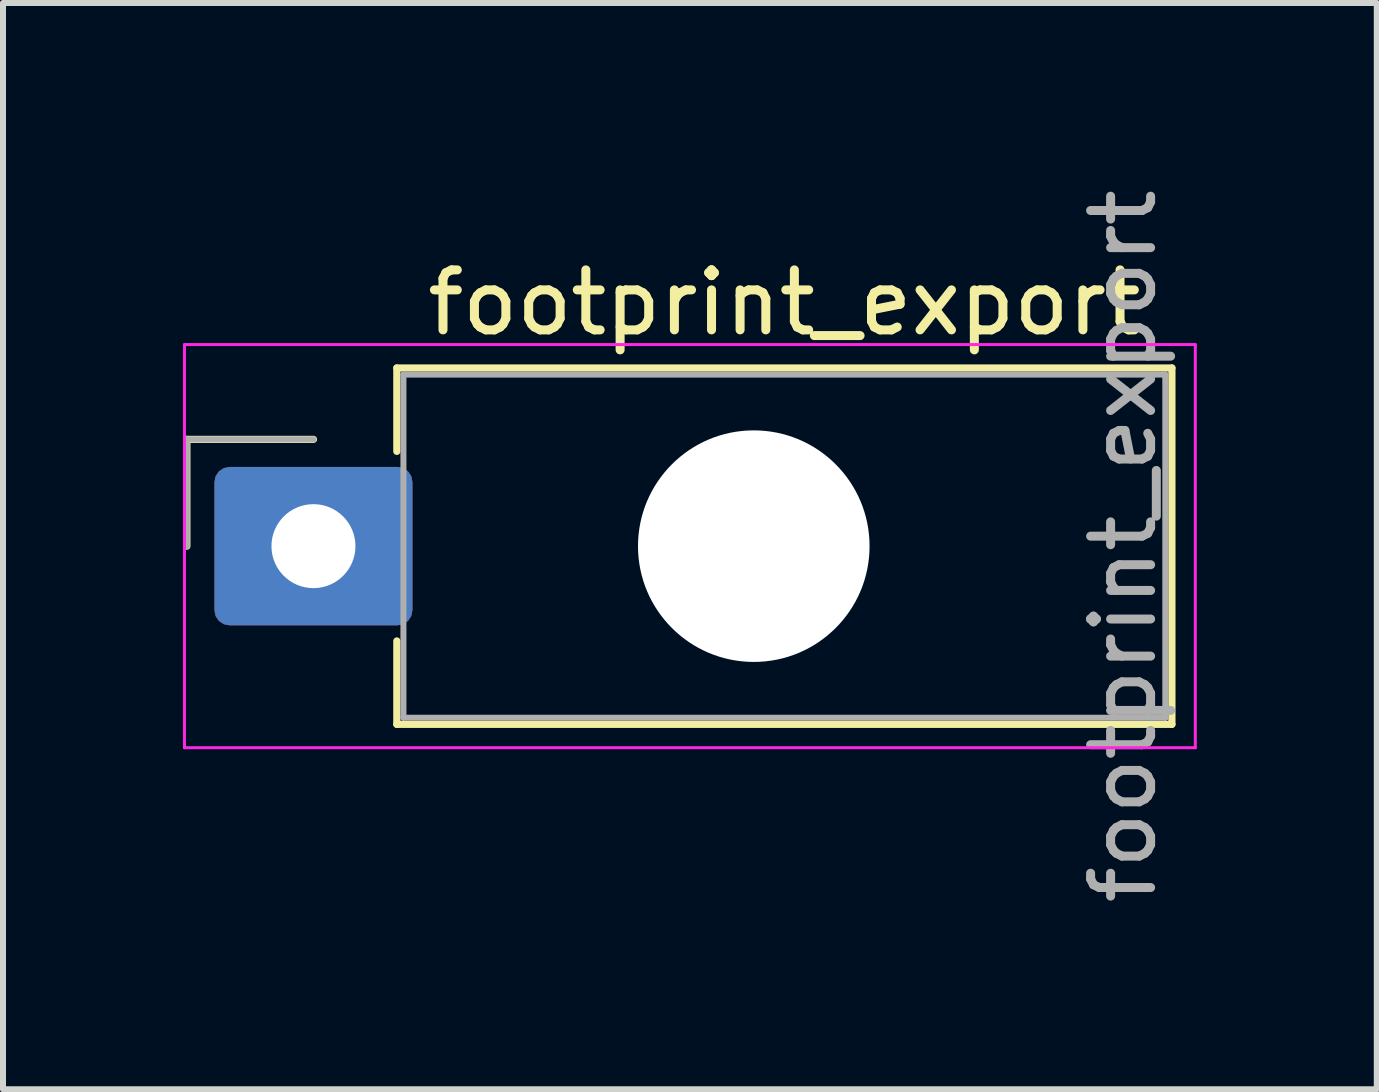
<source format=kicad_pcb>
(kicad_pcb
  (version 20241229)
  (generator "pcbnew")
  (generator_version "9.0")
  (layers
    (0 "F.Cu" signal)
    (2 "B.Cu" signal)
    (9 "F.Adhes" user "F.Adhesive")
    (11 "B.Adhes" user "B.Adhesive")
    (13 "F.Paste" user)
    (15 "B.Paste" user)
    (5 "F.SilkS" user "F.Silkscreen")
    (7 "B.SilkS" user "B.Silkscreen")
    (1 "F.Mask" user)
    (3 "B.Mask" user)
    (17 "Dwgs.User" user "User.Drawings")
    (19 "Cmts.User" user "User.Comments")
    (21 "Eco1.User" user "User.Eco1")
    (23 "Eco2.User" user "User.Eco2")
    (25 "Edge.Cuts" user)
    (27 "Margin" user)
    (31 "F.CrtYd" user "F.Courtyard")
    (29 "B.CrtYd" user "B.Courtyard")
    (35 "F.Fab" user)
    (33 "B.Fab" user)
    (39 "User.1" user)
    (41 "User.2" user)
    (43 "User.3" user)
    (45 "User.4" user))
  (footprint "footprint_export"
    (layer "F.Cu")
    (at 2.175 6.054)
    (property "Reference" "footprint_export" (at 7.85 -4.06 0) (layer "F.SilkS") (effects (font (size 1 1) (thickness 0.15))))
    (attr through_hole)
    (fp_line (start -2.11 -1.78) (end -2.11 0) (stroke (width 0.12) (type solid)) (layer "F.SilkS"))
    (fp_line (start 0 -1.78) (end -2.11 -1.78) (stroke (width 0.12) (type solid)) (layer "F.SilkS"))
    (fp_line (start 1.39 -2.97) (end 14.31 -2.97) (stroke (width 0.12) (type solid)) (layer "F.SilkS"))
    (fp_line (start 1.39 -1.58) (end 1.39 -2.97) (stroke (width 0.12) (type solid)) (layer "F.SilkS"))
    (fp_line (start 1.39 2.97) (end 1.39 1.58) (stroke (width 0.12) (type solid)) (layer "F.SilkS"))
    (fp_line (start 14.31 -2.97) (end 14.31 2.97) (stroke (width 0.12) (type solid)) (layer "F.SilkS"))
    (fp_line (start 14.31 2.97) (end 1.39 2.97) (stroke (width 0.12) (type solid)) (layer "F.SilkS"))
    (fp_line (start -2.15 -3.36) (end -2.15 3.36) (stroke (width 0.05) (type solid)) (layer "F.CrtYd"))
    (fp_line (start -2.15 3.36) (end 14.7 3.36) (stroke (width 0.05) (type solid)) (layer "F.CrtYd"))
    (fp_line (start 14.7 -3.36) (end -2.15 -3.36) (stroke (width 0.05) (type solid)) (layer "F.CrtYd"))
    (fp_line (start 14.7 3.36) (end 14.7 -3.36) (stroke (width 0.05) (type solid)) (layer "F.CrtYd"))
    (fp_line (start -2.11 -1.78) (end -2.11 0) (stroke (width 0.1) (type solid)) (layer "F.Fab"))
    (fp_line (start 0 -1.78) (end -2.11 -1.78) (stroke (width 0.1) (type solid)) (layer "F.Fab"))
    (fp_line (start 1.5 -2.86) (end 1.5 2.86) (stroke (width 0.1) (type solid)) (layer "F.Fab"))
    (fp_line (start 1.5 2.86) (end 14.2 2.86) (stroke (width 0.1) (type solid)) (layer "F.Fab"))
    (fp_line (start 14.2 -2.86) (end 1.5 -2.86) (stroke (width 0.1) (type solid)) (layer "F.Fab"))
    (fp_line (start 14.2 2.86) (end 14.2 -2.86) (stroke (width 0.1) (type solid)) (layer "F.Fab"))
    (fp_text user "${REFERENCE}" (at 13.5 0 90) (layer "F.Fab") (effects (font (size 1 1) (thickness 0.15))))
    (pad "" np_thru_hole circle (at 7.34 0) (size 3.86 3.86) (drill 3.86) (layers "*.Cu" "*.Mask"))
    (pad "1" thru_hole roundrect (at 0 0) (size 3.3 2.64) (drill 1.4) (layers "*.Cu" "*.Mask") (roundrect_rratio 0.095)))
  (gr_rect
    (start -3 -3)
    (end 19.9 15.107)
    (stroke (width 0.1) (type default))
    (fill no)
    (layer "Edge.Cuts")))
</source>
